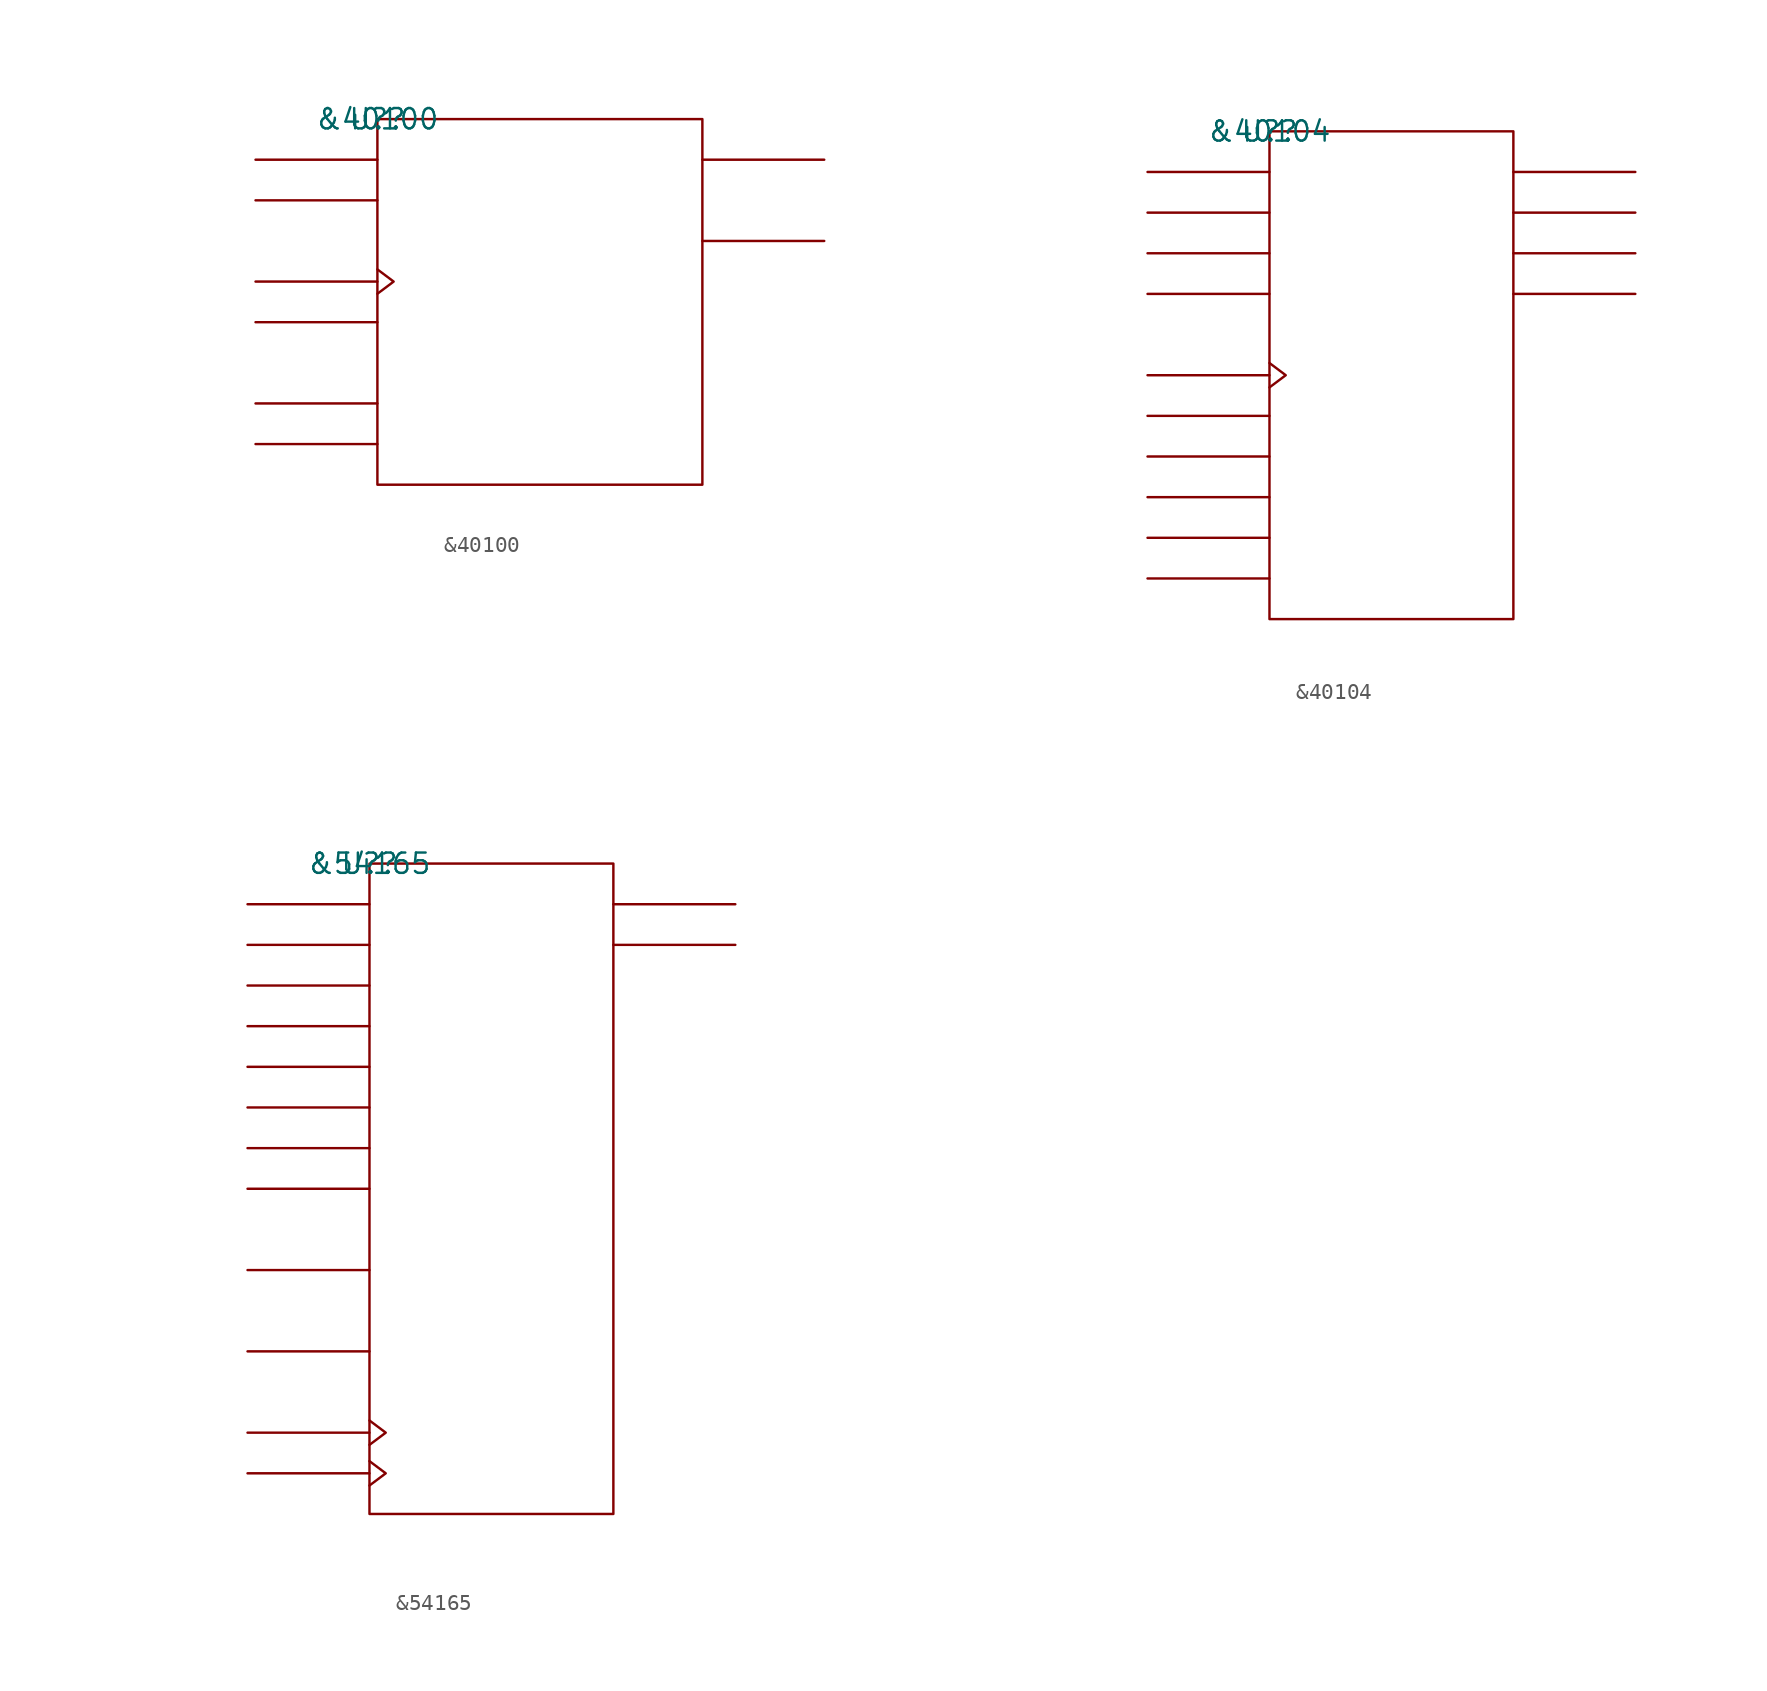
<source format=kicad_sym>
(kicad_symbol_lib
  (version 20211014)
  (generator kicad_symbol_editor)
  (symbol "&40100"
    (pin_names
      (offset 0.762))
    (property "Reference" "U?"
      (at 0 0 0)
      (effects (font (size 1.27 1.27))))
    (property "Value" "&40100"
      (at 0 0 0)
      (effects (font (size 1.27 1.27))))
    (symbol "&40100_0_1"
      (rectangle (start 0 -22.86) (end 20.32 0) (stroke (width 0) (type default) (color 0 0 0 0)) (fill (type none)))
      (polyline (pts (xy 0 -20.32) (xy -7.62 -20.32)) (stroke (width 0) (type default) (color 0 0 0 0)) (fill (type none)))
      (polyline (pts (xy 0 -17.78) (xy -7.62 -17.78)) (stroke (width 0) (type default) (color 0 0 0 0)) (fill (type none)))
      (polyline (pts (xy 0 -12.7) (xy -7.62 -12.7)) (stroke (width 0) (type default) (color 0 0 0 0)) (fill (type none)))
      (polyline (pts (xy 0 -10.16) (xy -7.62 -10.16)) (stroke (width 0) (type default) (color 0 0 0 0)) (fill (type none)))
      (polyline (pts (xy 0 -5.08) (xy -7.62 -5.08)) (stroke (width 0) (type default) (color 0 0 0 0)) (fill (type none)))
      (polyline (pts (xy 0 -2.54) (xy -7.62 -2.54)) (stroke (width 0) (type default) (color 0 0 0 0)) (fill (type none)))
      (polyline (pts (xy 20.32 -7.62) (xy 27.94 -7.62)) (stroke (width 0) (type default) (color 0 0 0 0)) (fill (type none)))
      (polyline (pts (xy 20.32 -2.54) (xy 27.94 -2.54)) (stroke (width 0) (type default) (color 0 0 0 0)) (fill (type none)))
      (polyline (pts (xy 0 -9.398) (xy 1.016 -10.16) (xy 0 -10.922)) (stroke (width 0) (type default) (color 0 0 0 0)) (fill (type none))))
    (symbol "&40100_1_1"
      (pin unspecified line (at -7.62 -5.08 0) (length 7.62) hide (name "SR" (effects (font (size 1.245 1.245)))) (number "11" (effects (font (size 1.245 1.245)))))
      (pin unspecified line (at 27.94 -2.54 180) (length 7.62) hide (name "SRO" (effects (font (size 1.245 1.245)))) (number "12" (effects (font (size 1.245 1.245)))))
      (pin unspecified line (at -7.62 -2.54 0) (length 7.62) hide (name "L/R\\" (effects (font (size 1.245 1.245)))) (number "13" (effects (font (size 1.245 1.245)))))
      (pin power_in line (at 7.62 0 180) (length 7.62) hide (name "VCC" (effects (font (size 1.245 1.245)))) (number "16" (effects (font (size 1.245 1.245)))))
      (pin unspecified line (at -7.62 -12.7 0) (length 7.62) hide (name "CI" (effects (font (size 1.245 1.245)))) (number "2" (effects (font (size 1.245 1.245)))))
      (pin unspecified line (at -7.62 -10.16 180) (length 7.62) hide (name "CLK" (effects (font (size 1.245 1.245)))) (number "3" (effects (font (size 1.245 1.245)))))
      (pin unspecified line (at 27.94 -7.62 180) (length 7.62) hide (name "SLO" (effects (font (size 1.245 1.245)))) (number "4" (effects (font (size 1.245 1.245)))))
      (pin unspecified line (at -7.62 -17.78 0) (length 7.62) hide (name "SL" (effects (font (size 1.245 1.245)))) (number "6" (effects (font (size 1.245 1.245)))))
      (pin power_in line (at 7.62 -22.86 180) (length 7.62) hide (name "GND" (effects (font (size 1.245 1.245)))) (number "8" (effects (font (size 1.245 1.245)))))
      (pin unspecified line (at -7.62 -20.32 0) (length 7.62) hide (name "RC" (effects (font (size 1.245 1.245)))) (number "9" (effects (font (size 1.245 1.245)))))))
  (symbol "&40104"
    (pin_names
      (offset 0.762))
    (property "Reference" "U?"
      (at 0 0 0)
      (effects (font (size 1.27 1.27))))
    (property "Value" "&40104"
      (at 0 0 0)
      (effects (font (size 1.27 1.27))))
    (symbol "&40104_0_1"
      (rectangle (start 0 -30.48) (end 15.24 0) (stroke (width 0) (type default) (color 0 0 0 0)) (fill (type none)))
      (polyline (pts (xy 0 -27.94) (xy -7.62 -27.94)) (stroke (width 0) (type default) (color 0 0 0 0)) (fill (type none)))
      (polyline (pts (xy 0 -25.4) (xy -7.62 -25.4)) (stroke (width 0) (type default) (color 0 0 0 0)) (fill (type none)))
      (polyline (pts (xy 0 -22.86) (xy -7.62 -22.86)) (stroke (width 0) (type default) (color 0 0 0 0)) (fill (type none)))
      (polyline (pts (xy 0 -20.32) (xy -7.62 -20.32)) (stroke (width 0) (type default) (color 0 0 0 0)) (fill (type none)))
      (polyline (pts (xy 0 -17.78) (xy -7.62 -17.78)) (stroke (width 0) (type default) (color 0 0 0 0)) (fill (type none)))
      (polyline (pts (xy 0 -15.24) (xy -7.62 -15.24)) (stroke (width 0) (type default) (color 0 0 0 0)) (fill (type none)))
      (polyline (pts (xy 0 -10.16) (xy -7.62 -10.16)) (stroke (width 0) (type default) (color 0 0 0 0)) (fill (type none)))
      (polyline (pts (xy 0 -7.62) (xy -7.62 -7.62)) (stroke (width 0) (type default) (color 0 0 0 0)) (fill (type none)))
      (polyline (pts (xy 0 -5.08) (xy -7.62 -5.08)) (stroke (width 0) (type default) (color 0 0 0 0)) (fill (type none)))
      (polyline (pts (xy 0 -2.54) (xy -7.62 -2.54)) (stroke (width 0) (type default) (color 0 0 0 0)) (fill (type none)))
      (polyline (pts (xy 15.24 -10.16) (xy 22.86 -10.16)) (stroke (width 0) (type default) (color 0 0 0 0)) (fill (type none)))
      (polyline (pts (xy 15.24 -7.62) (xy 22.86 -7.62)) (stroke (width 0) (type default) (color 0 0 0 0)) (fill (type none)))
      (polyline (pts (xy 15.24 -5.08) (xy 22.86 -5.08)) (stroke (width 0) (type default) (color 0 0 0 0)) (fill (type none)))
      (polyline (pts (xy 15.24 -2.54) (xy 22.86 -2.54)) (stroke (width 0) (type default) (color 0 0 0 0)) (fill (type none)))
      (polyline (pts (xy 0 -14.478) (xy 1.016 -15.24) (xy 0 -16.002)) (stroke (width 0) (type default) (color 0 0 0 0)) (fill (type none))))
    (symbol "&40104_1_1"
      (pin unspecified line (at -7.62 -27.94 0) (length 7.62) hide (name "OE" (effects (font (size 1.245 1.245)))) (number "1" (effects (font (size 1.245 1.245)))))
      (pin unspecified line (at -7.62 -25.4 0) (length 7.62) hide (name "S1" (effects (font (size 1.245 1.245)))) (number "10" (effects (font (size 1.245 1.245)))))
      (pin unspecified line (at -7.62 -15.24 180) (length 7.62) hide (name "CLK" (effects (font (size 1.245 1.245)))) (number "11" (effects (font (size 1.245 1.245)))))
      (pin unspecified line (at 22.86 -10.16 180) (length 7.62) hide (name "Q3" (effects (font (size 1.245 1.245)))) (number "12" (effects (font (size 1.245 1.245)))))
      (pin unspecified line (at 22.86 -7.62 180) (length 7.62) hide (name "Q2" (effects (font (size 1.245 1.245)))) (number "13" (effects (font (size 1.245 1.245)))))
      (pin unspecified line (at 22.86 -5.08 180) (length 7.62) hide (name "Q1" (effects (font (size 1.245 1.245)))) (number "14" (effects (font (size 1.245 1.245)))))
      (pin unspecified line (at 22.86 -2.54 180) (length 7.62) hide (name "Q0" (effects (font (size 1.245 1.245)))) (number "15" (effects (font (size 1.245 1.245)))))
      (pin power_in line (at 7.62 0 180) (length 7.62) hide (name "VCC" (effects (font (size 1.245 1.245)))) (number "16" (effects (font (size 1.245 1.245)))))
      (pin unspecified line (at -7.62 -20.32 0) (length 7.62) hide (name "SR" (effects (font (size 1.245 1.245)))) (number "2" (effects (font (size 1.245 1.245)))))
      (pin unspecified line (at -7.62 -2.54 0) (length 7.62) hide (name "D0" (effects (font (size 1.245 1.245)))) (number "3" (effects (font (size 1.245 1.245)))))
      (pin unspecified line (at -7.62 -5.08 0) (length 7.62) hide (name "D1" (effects (font (size 1.245 1.245)))) (number "4" (effects (font (size 1.245 1.245)))))
      (pin unspecified line (at -7.62 -7.62 0) (length 7.62) hide (name "D2" (effects (font (size 1.245 1.245)))) (number "5" (effects (font (size 1.245 1.245)))))
      (pin unspecified line (at -7.62 -10.16 0) (length 7.62) hide (name "D3" (effects (font (size 1.245 1.245)))) (number "6" (effects (font (size 1.245 1.245)))))
      (pin unspecified line (at -7.62 -17.78 0) (length 7.62) hide (name "SL" (effects (font (size 1.245 1.245)))) (number "7" (effects (font (size 1.245 1.245)))))
      (pin power_in line (at 7.62 -30.48 180) (length 7.62) hide (name "GND" (effects (font (size 1.245 1.245)))) (number "8" (effects (font (size 1.245 1.245)))))
      (pin unspecified line (at -7.62 -22.86 0) (length 7.62) hide (name "S0" (effects (font (size 1.245 1.245)))) (number "9" (effects (font (size 1.245 1.245)))))))
  (symbol "&54165"
    (pin_names
      (offset 0.762))
    (property "Reference" "U?"
      (at 0 0 0)
      (effects (font (size 1.27 1.27))))
    (property "Value" "&54165"
      (at 0 0 0)
      (effects (font (size 1.27 1.27))))
    (symbol "&54165_0_1"
      (rectangle (start 0 -40.64) (end 15.24 0) (stroke (width 0) (type default) (color 0 0 0 0)) (fill (type none)))
      (polyline (pts (xy 0 -38.1) (xy -7.62 -38.1)) (stroke (width 0) (type default) (color 0 0 0 0)) (fill (type none)))
      (polyline (pts (xy 0 -35.56) (xy -7.62 -35.56)) (stroke (width 0) (type default) (color 0 0 0 0)) (fill (type none)))
      (polyline (pts (xy 0 -30.48) (xy -7.62 -30.48)) (stroke (width 0) (type default) (color 0 0 0 0)) (fill (type none)))
      (polyline (pts (xy 0 -25.4) (xy -7.62 -25.4)) (stroke (width 0) (type default) (color 0 0 0 0)) (fill (type none)))
      (polyline (pts (xy 0 -20.32) (xy -7.62 -20.32)) (stroke (width 0) (type default) (color 0 0 0 0)) (fill (type none)))
      (polyline (pts (xy 0 -17.78) (xy -7.62 -17.78)) (stroke (width 0) (type default) (color 0 0 0 0)) (fill (type none)))
      (polyline (pts (xy 0 -15.24) (xy -7.62 -15.24)) (stroke (width 0) (type default) (color 0 0 0 0)) (fill (type none)))
      (polyline (pts (xy 0 -12.7) (xy -7.62 -12.7)) (stroke (width 0) (type default) (color 0 0 0 0)) (fill (type none)))
      (polyline (pts (xy 0 -10.16) (xy -7.62 -10.16)) (stroke (width 0) (type default) (color 0 0 0 0)) (fill (type none)))
      (polyline (pts (xy 0 -7.62) (xy -7.62 -7.62)) (stroke (width 0) (type default) (color 0 0 0 0)) (fill (type none)))
      (polyline (pts (xy 0 -5.08) (xy -7.62 -5.08)) (stroke (width 0) (type default) (color 0 0 0 0)) (fill (type none)))
      (polyline (pts (xy 0 -2.54) (xy -7.62 -2.54)) (stroke (width 0) (type default) (color 0 0 0 0)) (fill (type none)))
      (polyline (pts (xy 15.24 -5.08) (xy 22.86 -5.08)) (stroke (width 0) (type default) (color 0 0 0 0)) (fill (type none)))
      (polyline (pts (xy 15.24 -2.54) (xy 22.86 -2.54)) (stroke (width 0) (type default) (color 0 0 0 0)) (fill (type none)))
      (polyline (pts (xy 0 -37.338) (xy 1.016 -38.1) (xy 0 -38.862)) (stroke (width 0) (type default) (color 0 0 0 0)) (fill (type none)))
      (polyline (pts (xy 0 -34.798) (xy 1.016 -35.56) (xy 0 -36.322)) (stroke (width 0) (type default) (color 0 0 0 0)) (fill (type none))))
    (symbol "&54165_1_1"
      (pin unspecified line (at -7.62 -30.48 0) (length 7.62) hide (name "P\\L\\" (effects (font (size 1.245 1.245)))) (number "1" (effects (font (size 1.245 1.245)))))
      (pin unspecified line (at -7.62 -25.4 0) (length 7.62) hide (name "DS" (effects (font (size 1.245 1.245)))) (number "10" (effects (font (size 1.245 1.245)))))
      (pin unspecified line (at -7.62 -2.54 0) (length 7.62) hide (name "P0" (effects (font (size 1.245 1.245)))) (number "11" (effects (font (size 1.245 1.245)))))
      (pin unspecified line (at -7.62 -5.08 0) (length 7.62) hide (name "P1" (effects (font (size 1.245 1.245)))) (number "12" (effects (font (size 1.245 1.245)))))
      (pin unspecified line (at -7.62 -7.62 0) (length 7.62) hide (name "P2" (effects (font (size 1.245 1.245)))) (number "13" (effects (font (size 1.245 1.245)))))
      (pin unspecified line (at -7.62 -10.16 0) (length 7.62) hide (name "P3" (effects (font (size 1.245 1.245)))) (number "14" (effects (font (size 1.245 1.245)))))
      (pin unspecified line (at -7.62 -38.1 180) (length 7.62) hide (name "CP2" (effects (font (size 1.245 1.245)))) (number "15" (effects (font (size 1.245 1.245)))))
      (pin power_in line (at 7.62 0 180) (length 7.62) hide (name "VCC" (effects (font (size 1.245 1.245)))) (number "16" (effects (font (size 1.245 1.245)))))
      (pin unspecified line (at -7.62 -35.56 180) (length 7.62) hide (name "CP1" (effects (font (size 1.245 1.245)))) (number "2" (effects (font (size 1.245 1.245)))))
      (pin unspecified line (at -7.62 -12.7 0) (length 7.62) hide (name "P4" (effects (font (size 1.245 1.245)))) (number "3" (effects (font (size 1.245 1.245)))))
      (pin unspecified line (at -7.62 -15.24 0) (length 7.62) hide (name "P5" (effects (font (size 1.245 1.245)))) (number "4" (effects (font (size 1.245 1.245)))))
      (pin unspecified line (at -7.62 -17.78 0) (length 7.62) hide (name "P6" (effects (font (size 1.245 1.245)))) (number "5" (effects (font (size 1.245 1.245)))))
      (pin unspecified line (at -7.62 -20.32 0) (length 7.62) hide (name "P7" (effects (font (size 1.245 1.245)))) (number "6" (effects (font (size 1.245 1.245)))))
      (pin unspecified line (at 22.86 -5.08 180) (length 7.62) hide (name "Q\\7" (effects (font (size 1.245 1.245)))) (number "7" (effects (font (size 1.245 1.245)))))
      (pin power_in line (at 7.62 -40.64 180) (length 7.62) hide (name "GND" (effects (font (size 1.245 1.245)))) (number "8" (effects (font (size 1.245 1.245)))))
      (pin unspecified line (at 22.86 -2.54 180) (length 7.62) hide (name "Q7" (effects (font (size 1.245 1.245)))) (number "9" (effects (font (size 1.245 1.245))))))))
</source>
